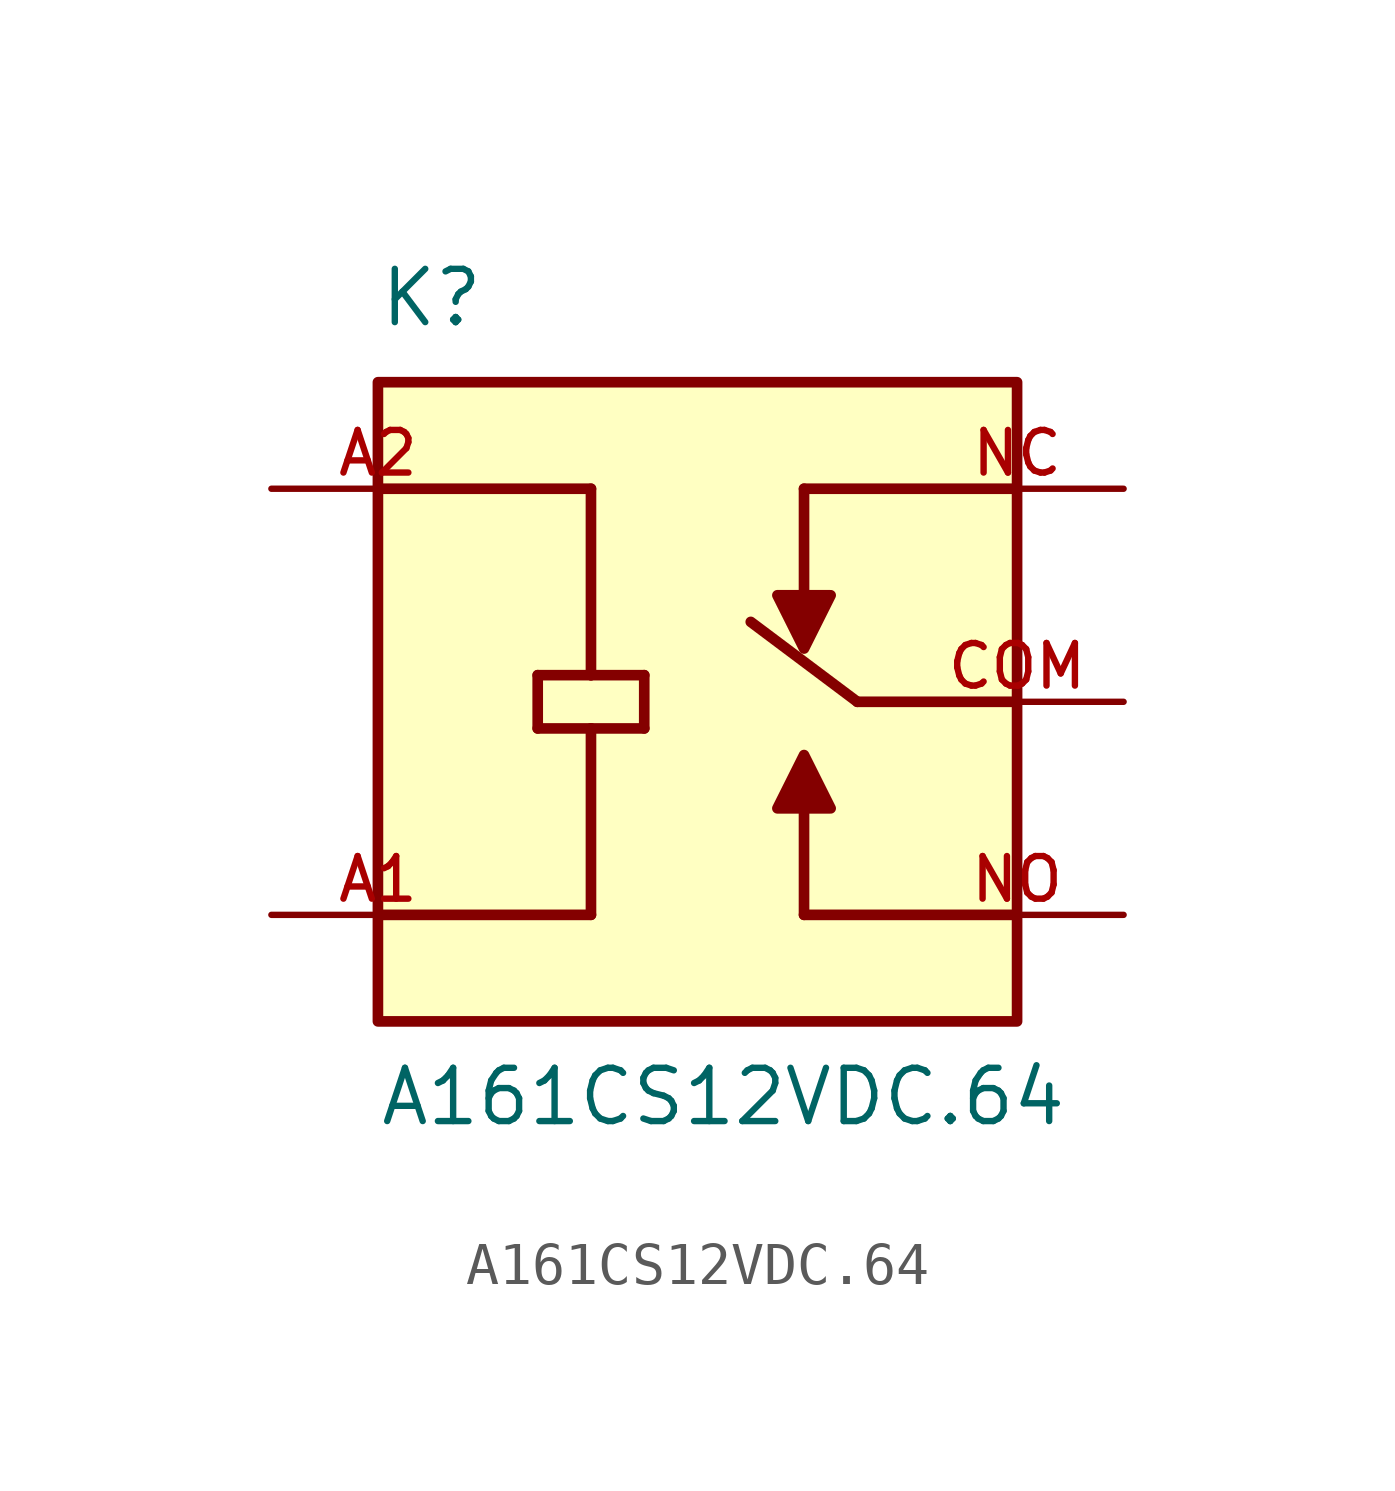
<source format=kicad_sym>
(kicad_symbol_lib
  (version 20211014)
  (generator kicad_symbol_editor)
  (symbol "A161CS12VDC.64"
    (pin_names
      (offset 1.016))
    (property "Reference" "K"
      (at -7.62 8.89 0)
      (effects (font (size 1.27 1.27)) (justify bottom left)))
    (property "Value" "A161CS12VDC.64"
      (at -7.62 -10.16 0)
      (effects (font (size 1.27 1.27)) (justify bottom left)))
    (symbol "A161CS12VDC.64_0_0"
      (polyline (pts (xy 7.62 0.0) (xy 3.81 0.0)) (stroke (width 0.254)))
      (polyline (pts (xy 7.62 -5.08) (xy 2.54 -5.08)) (stroke (width 0.254)))
      (polyline (pts (xy 2.54 -5.08) (xy 2.54 -2.54)) (stroke (width 0.254)))
      (polyline (pts (xy 1.905 -2.54) (xy 3.175 -2.54) (xy 2.54 -1.27) (xy 1.905 -2.54)) (stroke (width 0.254)) (fill (type outline)))
      (polyline (pts (xy -7.62 5.08) (xy -2.54 5.08)) (stroke (width 0.254)))
      (polyline (pts (xy -3.81 0.635) (xy -2.54 0.635)) (stroke (width 0.254)))
      (polyline (pts (xy -2.54 0.635) (xy -1.27 0.635)) (stroke (width 0.254)))
      (polyline (pts (xy -1.27 0.635) (xy -1.27 -0.635)) (stroke (width 0.254)))
      (polyline (pts (xy -1.27 -0.635) (xy -2.54 -0.635)) (stroke (width 0.254)))
      (polyline (pts (xy -2.54 -0.635) (xy -3.81 -0.635)) (stroke (width 0.254)))
      (polyline (pts (xy -3.81 -0.635) (xy -3.81 0.635)) (stroke (width 0.254)))
      (polyline (pts (xy -7.62 -5.08) (xy -2.54 -5.08)) (stroke (width 0.254)))
      (polyline (pts (xy -2.54 5.08) (xy -2.54 0.635)) (stroke (width 0.254)))
      (polyline (pts (xy -2.54 -0.635) (xy -2.54 -5.08)) (stroke (width 0.254)))
      (polyline (pts (xy 2.54 5.08) (xy 2.54 2.54)) (stroke (width 0.254)))
      (polyline (pts (xy 3.175 2.54) (xy 1.905 2.54) (xy 2.54 1.27) (xy 3.175 2.54)) (stroke (width 0.254)) (fill (type outline)))
      (polyline (pts (xy 2.54 5.08) (xy 7.62 5.08)) (stroke (width 0.254)))
      (polyline (pts (xy 3.81 0.0) (xy 1.27 1.905)) (stroke (width 0.254)))
      (rectangle (start -7.62 -7.62) (end 7.62 7.62) (stroke (width 0.254)) (fill (type background)))
      (pin passive line (at 10.16 0.0 180.0) (length 5.08) (name "~" (effects (font (size 1.016 1.016)))) (number "COM" (effects (font (size 1.016 1.016)))))
      (pin passive line (at 10.16 -5.08 180.0) (length 5.08) (name "~" (effects (font (size 1.016 1.016)))) (number "NO" (effects (font (size 1.016 1.016)))))
      (pin passive line (at -10.16 5.08 0) (length 5.08) (name "~" (effects (font (size 1.016 1.016)))) (number "A2" (effects (font (size 1.016 1.016)))))
      (pin passive line (at -10.16 -5.08 0) (length 5.08) (name "~" (effects (font (size 1.016 1.016)))) (number "A1" (effects (font (size 1.016 1.016)))))
      (pin passive line (at 10.16 5.08 180.0) (length 5.08) (name "~" (effects (font (size 1.016 1.016)))) (number "NC" (effects (font (size 1.016 1.016))))))))
</source>
